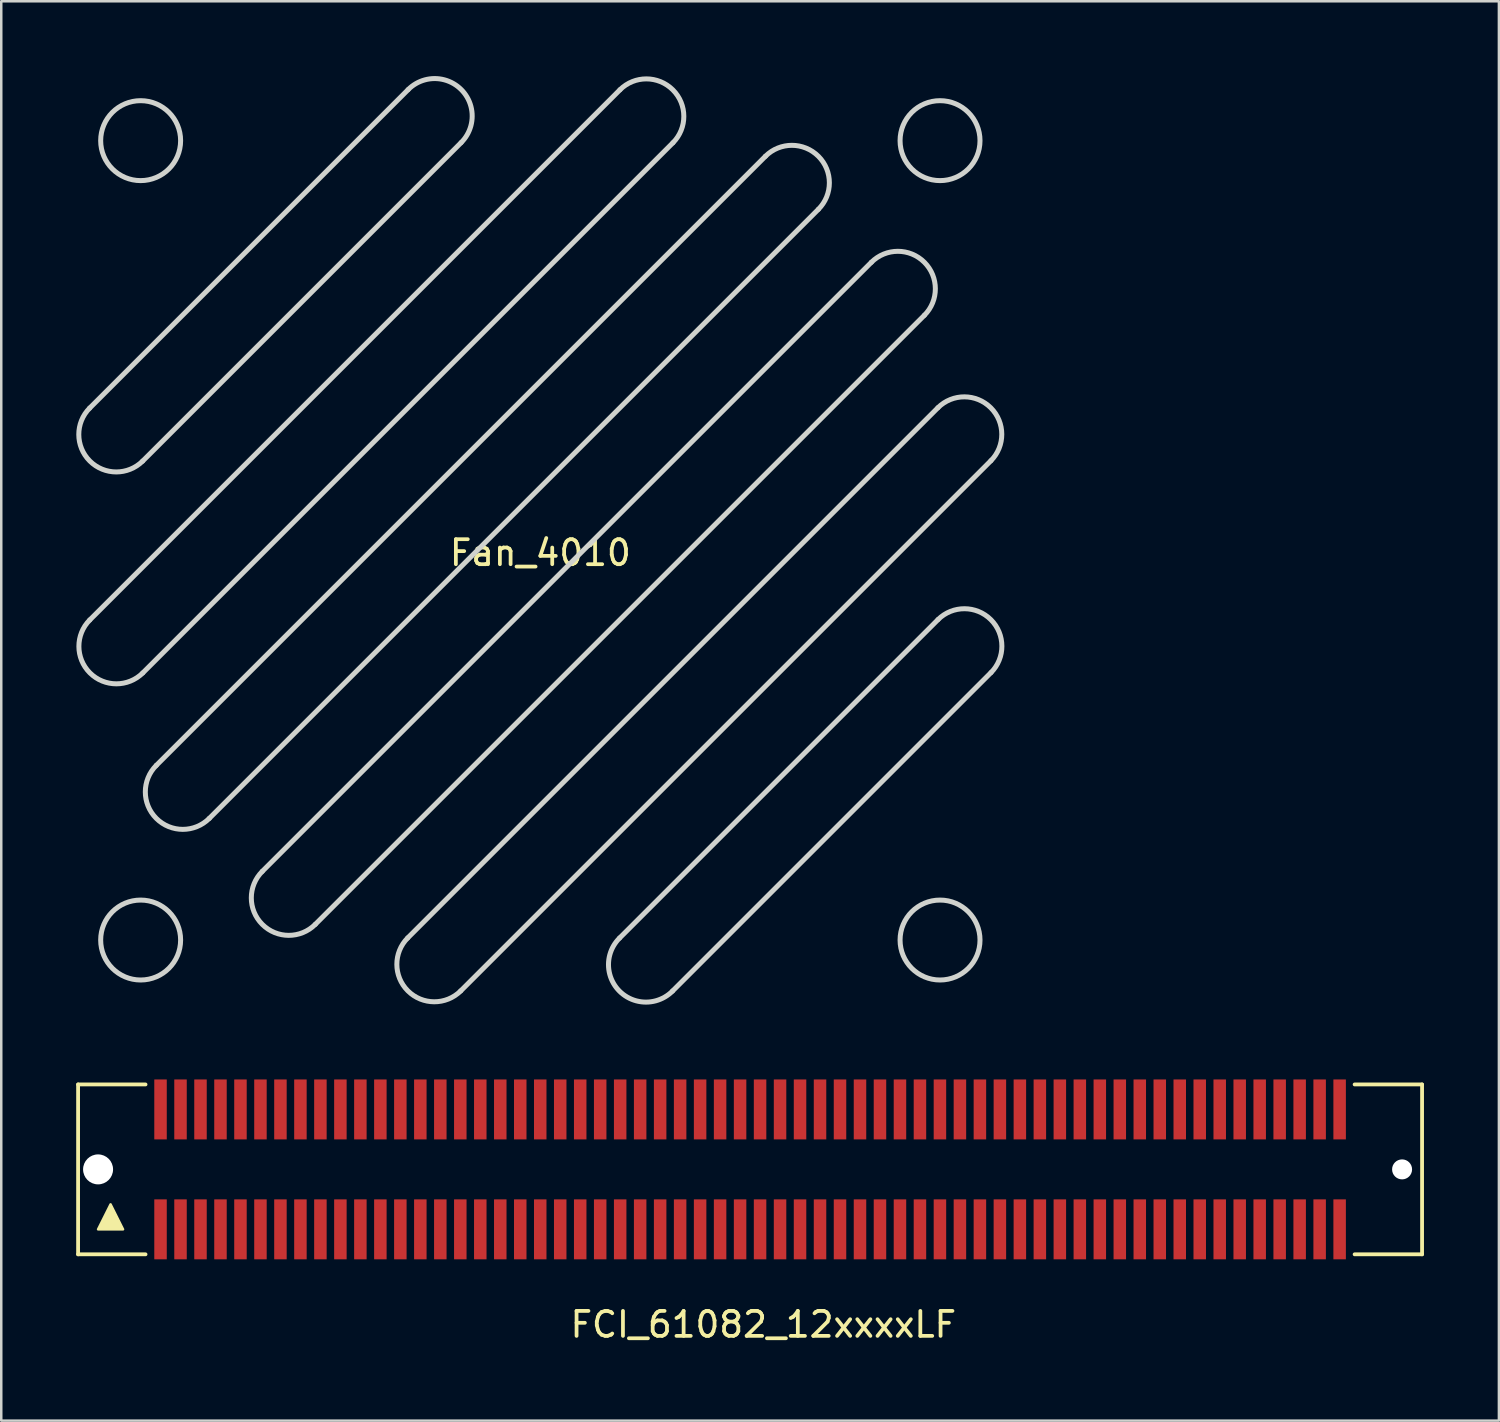
<source format=kicad_pcb>
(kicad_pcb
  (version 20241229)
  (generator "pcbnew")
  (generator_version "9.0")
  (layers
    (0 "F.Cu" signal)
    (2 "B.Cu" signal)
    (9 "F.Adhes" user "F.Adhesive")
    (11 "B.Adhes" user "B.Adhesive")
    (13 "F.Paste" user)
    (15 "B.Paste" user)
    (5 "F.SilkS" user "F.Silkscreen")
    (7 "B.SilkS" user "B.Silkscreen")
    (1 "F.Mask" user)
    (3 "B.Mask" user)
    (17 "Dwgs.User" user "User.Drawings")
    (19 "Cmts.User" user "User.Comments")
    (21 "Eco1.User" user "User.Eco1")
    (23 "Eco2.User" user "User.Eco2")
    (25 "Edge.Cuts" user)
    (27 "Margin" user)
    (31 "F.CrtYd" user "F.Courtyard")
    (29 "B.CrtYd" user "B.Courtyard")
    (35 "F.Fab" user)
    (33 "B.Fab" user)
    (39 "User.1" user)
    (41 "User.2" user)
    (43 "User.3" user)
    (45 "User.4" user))
  (footprint "Fan_4010"
    (layer "F.Cu")
    (at 18.58 18.58)
    (property "Reference" "Fan_4010" (at 0 0.5 0) (layer "F.SilkS") (effects (font (size 1 1) (thickness 0.15))))
    (attr through_hole)
    (fp_line (start -18.041 -5.293) (end -5.293 -18.041) (stroke (width 0.2) (type solid)) (layer "Edge.Cuts"))
    (fp_line (start -18.037 3.188) (end 3.188 -18.037) (stroke (width 0.2) (type solid)) (layer "Edge.Cuts"))
    (fp_line (start -15.373 9.009) (end 9.009 -15.373) (stroke (width 0.2) (type solid)) (layer "Edge.Cuts"))
    (fp_line (start -9.009 15.373) (end 15.373 -9.009) (stroke (width 0.2) (type solid)) (layer "Edge.Cuts"))
    (fp_line (start -5.309 15.916) (end 15.916 -5.309) (stroke (width 0.2) (type solid)) (layer "Edge.Cuts"))
    (fp_line (start -3.172 -15.92) (end -15.92 -3.172) (stroke (width 0.2) (type solid)) (layer "Edge.Cuts"))
    (fp_line (start 3.172 15.92) (end 15.92 3.172) (stroke (width 0.2) (type solid)) (layer "Edge.Cuts"))
    (fp_line (start 5.309 -15.916) (end -15.916 5.309) (stroke (width 0.2) (type solid)) (layer "Edge.Cuts"))
    (fp_line (start 11.131 -13.252) (end -13.252 11.131) (stroke (width 0.2) (type solid)) (layer "Edge.Cuts"))
    (fp_line (start 13.252 -11.131) (end -11.131 13.252) (stroke (width 0.2) (type solid)) (layer "Edge.Cuts"))
    (fp_line (start 18.037 -3.188) (end -3.188 18.037) (stroke (width 0.2) (type solid)) (layer "Edge.Cuts"))
    (fp_line (start 18.041 5.293) (end 5.293 18.041) (stroke (width 0.2) (type solid)) (layer "Edge.Cuts"))
    (fp_arc (start -15.919716 -3.172167) (mid -18.041036 -3.172167) (end -18.041036 -5.293487) (stroke (width 0.2) (type solid)) (layer "Edge.Cuts"))
    (fp_arc (start -15.915793 5.309191) (mid -18.037113 5.309191) (end -18.037113 3.187871) (stroke (width 0.2) (type solid)) (layer "Edge.Cuts"))
    (fp_arc (start -13.251845 11.130524) (mid -15.373165 11.130524) (end -15.373165 9.009204) (stroke (width 0.2) (type solid)) (layer "Edge.Cuts"))
    (fp_arc (start -9.009203 15.373165) (mid -11.130524 15.373166) (end -11.130525 13.251845) (stroke (width 0.2) (type solid)) (layer "Edge.Cuts"))
    (fp_arc (start -5.293487 -18.041037) (mid -3.172166 -18.041036) (end -3.172167 -15.919715) (stroke (width 0.2) (type solid)) (layer "Edge.Cuts"))
    (fp_arc (start -3.187871 18.037113) (mid -5.309191 18.037113) (end -5.309191 15.915793) (stroke (width 0.2) (type solid)) (layer "Edge.Cuts"))
    (fp_arc (start 3.187871 -18.037113) (mid 5.309191 -18.037113) (end 5.309191 -15.915793) (stroke (width 0.2) (type solid)) (layer "Edge.Cuts"))
    (fp_arc (start 5.293487 18.041037) (mid 3.172166 18.041036) (end 3.172167 15.919715) (stroke (width 0.2) (type solid)) (layer "Edge.Cuts"))
    (fp_arc (start 9.009203 -15.373165) (mid 11.130524 -15.373166) (end 11.130525 -13.251845) (stroke (width 0.2) (type solid)) (layer "Edge.Cuts"))
    (fp_arc (start 13.251845 -11.130524) (mid 15.373165 -11.130524) (end 15.373165 -9.009204) (stroke (width 0.2) (type solid)) (layer "Edge.Cuts"))
    (fp_arc (start 15.915793 -5.309191) (mid 18.037113 -5.309191) (end 18.037113 -3.187871) (stroke (width 0.2) (type solid)) (layer "Edge.Cuts"))
    (fp_arc (start 15.919716 3.172167) (mid 18.041036 3.172167) (end 18.041036 5.293487) (stroke (width 0.2) (type solid)) (layer "Edge.Cuts"))
    (fp_circle (center -16 -16) (end -14.4 -16) (stroke (width 0.2) (type solid)) (fill no) (layer "Edge.Cuts"))
    (fp_circle (center -16 16) (end -14.4 16) (stroke (width 0.2) (type solid)) (fill no) (layer "Edge.Cuts"))
    (fp_circle (center 16 -16) (end 17.6 -16) (stroke (width 0.2) (type solid)) (fill no) (layer "Edge.Cuts"))
    (fp_circle (center 16 16) (end 17.6 16) (stroke (width 0.2) (type solid)) (fill no) (layer "Edge.Cuts")))
  (footprint "FCI_61082_12xxxxLF"
    (layer "F.Cu")
    (at 3.376 46.161)
    (property "Reference" "FCI_61082_12xxxxLF" (at 24.13 3.81 0) (layer "F.SilkS") (effects (font (size 1 1) (thickness 0.15))))
    (attr through_hole)
    (fp_line (start -3.3 -5.8) (end -0.6 -5.8) (stroke (width 0.152) (type solid)) (layer "F.SilkS"))
    (fp_line (start -3.3 1) (end -3.3 -5.8) (stroke (width 0.152) (type solid)) (layer "F.SilkS"))
    (fp_line (start -0.6 1) (end -3.3 1) (stroke (width 0.152) (type solid)) (layer "F.SilkS"))
    (fp_line (start 47.8 -5.8) (end 50.5 -5.8) (stroke (width 0.152) (type solid)) (layer "F.SilkS"))
    (fp_line (start 50.5 -5.8) (end 50.5 1) (stroke (width 0.152) (type solid)) (layer "F.SilkS"))
    (fp_line (start 50.5 1) (end 47.8 1) (stroke (width 0.152) (type solid)) (layer "F.SilkS"))
    (fp_poly (pts (xy -1.5 0) (xy -2.5 0) (xy -2 -1)) (stroke (width 0.1) (type solid)) (fill yes) (layer "F.SilkS"))
    (pad "" np_thru_hole circle (at -2.5 -2.4) (size 1.2 1.2) (drill 1.2) (layers "*.Cu" "*.Mask"))
    (pad "" np_thru_hole circle (at 49.7 -2.4) (size 0.8 0.8) (drill 0.8) (layers "*.Cu" "*.Mask"))
    (pad "1" connect rect (at 0 0) (size 0.5 2.4) (layers "F.Cu" "F.Mask"))
    (pad "2" connect rect (at 0.8 0) (size 0.5 2.4) (layers "F.Cu" "F.Mask"))
    (pad "3" connect rect (at 1.6 0) (size 0.5 2.4) (layers "F.Cu" "F.Mask"))
    (pad "4" connect rect (at 2.4 0) (size 0.5 2.4) (layers "F.Cu" "F.Mask"))
    (pad "5" connect rect (at 3.2 0) (size 0.5 2.4) (layers "F.Cu" "F.Mask"))
    (pad "6" connect rect (at 4 0) (size 0.5 2.4) (layers "F.Cu" "F.Mask"))
    (pad "7" connect rect (at 4.8 0) (size 0.5 2.4) (layers "F.Cu" "F.Mask"))
    (pad "8" connect rect (at 5.6 0) (size 0.5 2.4) (layers "F.Cu" "F.Mask"))
    (pad "9" connect rect (at 6.4 0) (size 0.5 2.4) (layers "F.Cu" "F.Mask"))
    (pad "10" connect rect (at 7.2 0) (size 0.5 2.4) (layers "F.Cu" "F.Mask"))
    (pad "11" connect rect (at 8 0) (size 0.5 2.4) (layers "F.Cu" "F.Mask"))
    (pad "12" connect rect (at 8.8 0) (size 0.5 2.4) (layers "F.Cu" "F.Mask"))
    (pad "13" connect rect (at 9.6 0) (size 0.5 2.4) (layers "F.Cu" "F.Mask"))
    (pad "14" connect rect (at 10.4 0) (size 0.5 2.4) (layers "F.Cu" "F.Mask"))
    (pad "15" connect rect (at 11.2 0) (size 0.5 2.4) (layers "F.Cu" "F.Mask"))
    (pad "16" connect rect (at 12 0) (size 0.5 2.4) (layers "F.Cu" "F.Mask"))
    (pad "17" connect rect (at 12.8 0) (size 0.5 2.4) (layers "F.Cu" "F.Mask"))
    (pad "18" connect rect (at 13.6 0) (size 0.5 2.4) (layers "F.Cu" "F.Mask"))
    (pad "19" connect rect (at 14.4 0) (size 0.5 2.4) (layers "F.Cu" "F.Mask"))
    (pad "20" connect rect (at 15.2 0) (size 0.5 2.4) (layers "F.Cu" "F.Mask"))
    (pad "21" connect rect (at 16 0) (size 0.5 2.4) (layers "F.Cu" "F.Mask"))
    (pad "22" connect rect (at 16.8 0) (size 0.5 2.4) (layers "F.Cu" "F.Mask"))
    (pad "23" connect rect (at 17.6 0) (size 0.5 2.4) (layers "F.Cu" "F.Mask"))
    (pad "24" connect rect (at 18.4 0) (size 0.5 2.4) (layers "F.Cu" "F.Mask"))
    (pad "25" connect rect (at 19.2 0) (size 0.5 2.4) (layers "F.Cu" "F.Mask"))
    (pad "26" connect rect (at 20 0) (size 0.5 2.4) (layers "F.Cu" "F.Mask"))
    (pad "27" connect rect (at 20.8 0) (size 0.5 2.4) (layers "F.Cu" "F.Mask"))
    (pad "28" connect rect (at 21.6 0) (size 0.5 2.4) (layers "F.Cu" "F.Mask"))
    (pad "29" connect rect (at 22.4 0) (size 0.5 2.4) (layers "F.Cu" "F.Mask"))
    (pad "30" connect rect (at 23.2 0) (size 0.5 2.4) (layers "F.Cu" "F.Mask"))
    (pad "31" connect rect (at 24 0) (size 0.5 2.4) (layers "F.Cu" "F.Mask"))
    (pad "32" connect rect (at 24.8 0) (size 0.5 2.4) (layers "F.Cu" "F.Mask"))
    (pad "33" connect rect (at 25.6 0) (size 0.5 2.4) (layers "F.Cu" "F.Mask"))
    (pad "34" connect rect (at 26.4 0) (size 0.5 2.4) (layers "F.Cu" "F.Mask"))
    (pad "35" connect rect (at 27.2 0) (size 0.5 2.4) (layers "F.Cu" "F.Mask"))
    (pad "36" connect rect (at 28 0) (size 0.5 2.4) (layers "F.Cu" "F.Mask"))
    (pad "37" connect rect (at 28.8 0) (size 0.5 2.4) (layers "F.Cu" "F.Mask"))
    (pad "38" connect rect (at 29.6 0) (size 0.5 2.4) (layers "F.Cu" "F.Mask"))
    (pad "39" connect rect (at 30.4 0) (size 0.5 2.4) (layers "F.Cu" "F.Mask"))
    (pad "40" connect rect (at 31.2 0) (size 0.5 2.4) (layers "F.Cu" "F.Mask"))
    (pad "41" connect rect (at 32 0) (size 0.5 2.4) (layers "F.Cu" "F.Mask"))
    (pad "42" connect rect (at 32.8 0) (size 0.5 2.4) (layers "F.Cu" "F.Mask"))
    (pad "43" connect rect (at 33.6 0) (size 0.5 2.4) (layers "F.Cu" "F.Mask"))
    (pad "44" connect rect (at 34.4 0) (size 0.5 2.4) (layers "F.Cu" "F.Mask"))
    (pad "45" connect rect (at 35.2 0) (size 0.5 2.4) (layers "F.Cu" "F.Mask"))
    (pad "46" connect rect (at 36 0) (size 0.5 2.4) (layers "F.Cu" "F.Mask"))
    (pad "47" connect rect (at 36.8 0) (size 0.5 2.4) (layers "F.Cu" "F.Mask"))
    (pad "48" connect rect (at 37.6 0) (size 0.5 2.4) (layers "F.Cu" "F.Mask"))
    (pad "49" connect rect (at 38.4 0) (size 0.5 2.4) (layers "F.Cu" "F.Mask"))
    (pad "50" connect rect (at 39.2 0) (size 0.5 2.4) (layers "F.Cu" "F.Mask"))
    (pad "51" connect rect (at 40 0) (size 0.5 2.4) (layers "F.Cu" "F.Mask"))
    (pad "52" connect rect (at 40.8 0) (size 0.5 2.4) (layers "F.Cu" "F.Mask"))
    (pad "53" connect rect (at 41.6 0) (size 0.5 2.4) (layers "F.Cu" "F.Mask"))
    (pad "54" connect rect (at 42.4 0) (size 0.5 2.4) (layers "F.Cu" "F.Mask"))
    (pad "55" connect rect (at 43.2 0) (size 0.5 2.4) (layers "F.Cu" "F.Mask"))
    (pad "56" connect rect (at 44 0) (size 0.5 2.4) (layers "F.Cu" "F.Mask"))
    (pad "57" connect rect (at 44.8 0) (size 0.5 2.4) (layers "F.Cu" "F.Mask"))
    (pad "58" connect rect (at 45.6 0) (size 0.5 2.4) (layers "F.Cu" "F.Mask"))
    (pad "59" connect rect (at 46.4 0) (size 0.5 2.4) (layers "F.Cu" "F.Mask"))
    (pad "60" connect rect (at 47.2 0) (size 0.5 2.4) (layers "F.Cu" "F.Mask"))
    (pad "61" connect rect (at 0 -4.8) (size 0.5 2.4) (layers "F.Cu" "F.Mask"))
    (pad "62" connect rect (at 0.8 -4.8) (size 0.5 2.4) (layers "F.Cu" "F.Mask"))
    (pad "63" connect rect (at 1.6 -4.8) (size 0.5 2.4) (layers "F.Cu" "F.Mask"))
    (pad "64" connect rect (at 2.4 -4.8) (size 0.5 2.4) (layers "F.Cu" "F.Mask"))
    (pad "65" connect rect (at 3.2 -4.8) (size 0.5 2.4) (layers "F.Cu" "F.Mask"))
    (pad "66" connect rect (at 4 -4.8) (size 0.5 2.4) (layers "F.Cu" "F.Mask"))
    (pad "67" connect rect (at 4.8 -4.8) (size 0.5 2.4) (layers "F.Cu" "F.Mask"))
    (pad "68" connect rect (at 5.6 -4.8) (size 0.5 2.4) (layers "F.Cu" "F.Mask"))
    (pad "69" connect rect (at 6.4 -4.8) (size 0.5 2.4) (layers "F.Cu" "F.Mask"))
    (pad "70" connect rect (at 7.2 -4.8) (size 0.5 2.4) (layers "F.Cu" "F.Mask"))
    (pad "71" connect rect (at 8 -4.8) (size 0.5 2.4) (layers "F.Cu" "F.Mask"))
    (pad "72" connect rect (at 8.8 -4.8) (size 0.5 2.4) (layers "F.Cu" "F.Mask"))
    (pad "73" connect rect (at 9.6 -4.8) (size 0.5 2.4) (layers "F.Cu" "F.Mask"))
    (pad "74" connect rect (at 10.4 -4.8) (size 0.5 2.4) (layers "F.Cu" "F.Mask"))
    (pad "75" connect rect (at 11.2 -4.8) (size 0.5 2.4) (layers "F.Cu" "F.Mask"))
    (pad "76" connect rect (at 12 -4.8) (size 0.5 2.4) (layers "F.Cu" "F.Mask"))
    (pad "77" connect rect (at 12.8 -4.8) (size 0.5 2.4) (layers "F.Cu" "F.Mask"))
    (pad "78" connect rect (at 13.6 -4.8) (size 0.5 2.4) (layers "F.Cu" "F.Mask"))
    (pad "79" connect rect (at 14.4 -4.8) (size 0.5 2.4) (layers "F.Cu" "F.Mask"))
    (pad "80" connect rect (at 15.2 -4.8) (size 0.5 2.4) (layers "F.Cu" "F.Mask"))
    (pad "81" connect rect (at 16 -4.8) (size 0.5 2.4) (layers "F.Cu" "F.Mask"))
    (pad "82" connect rect (at 16.8 -4.8) (size 0.5 2.4) (layers "F.Cu" "F.Mask"))
    (pad "83" connect rect (at 17.6 -4.8) (size 0.5 2.4) (layers "F.Cu" "F.Mask"))
    (pad "84" connect rect (at 18.4 -4.8) (size 0.5 2.4) (layers "F.Cu" "F.Mask"))
    (pad "85" connect rect (at 19.2 -4.8) (size 0.5 2.4) (layers "F.Cu" "F.Mask"))
    (pad "86" connect rect (at 20 -4.8) (size 0.5 2.4) (layers "F.Cu" "F.Mask"))
    (pad "87" connect rect (at 20.8 -4.8) (size 0.5 2.4) (layers "F.Cu" "F.Mask"))
    (pad "88" connect rect (at 21.6 -4.8) (size 0.5 2.4) (layers "F.Cu" "F.Mask"))
    (pad "89" connect rect (at 22.4 -4.8) (size 0.5 2.4) (layers "F.Cu" "F.Mask"))
    (pad "90" connect rect (at 23.2 -4.8) (size 0.5 2.4) (layers "F.Cu" "F.Mask"))
    (pad "91" connect rect (at 24 -4.8) (size 0.5 2.4) (layers "F.Cu" "F.Mask"))
    (pad "92" connect rect (at 24.8 -4.8) (size 0.5 2.4) (layers "F.Cu" "F.Mask"))
    (pad "93" connect rect (at 25.6 -4.8) (size 0.5 2.4) (layers "F.Cu" "F.Mask"))
    (pad "94" connect rect (at 26.4 -4.8) (size 0.5 2.4) (layers "F.Cu" "F.Mask"))
    (pad "95" connect rect (at 27.2 -4.8) (size 0.5 2.4) (layers "F.Cu" "F.Mask"))
    (pad "96" connect rect (at 28 -4.8) (size 0.5 2.4) (layers "F.Cu" "F.Mask"))
    (pad "97" connect rect (at 28.8 -4.8) (size 0.5 2.4) (layers "F.Cu" "F.Mask"))
    (pad "98" connect rect (at 29.6 -4.8) (size 0.5 2.4) (layers "F.Cu" "F.Mask"))
    (pad "99" connect rect (at 30.4 -4.8) (size 0.5 2.4) (layers "F.Cu" "F.Mask"))
    (pad "100" connect rect (at 31.2 -4.8) (size 0.5 2.4) (layers "F.Cu" "F.Mask"))
    (pad "101" connect rect (at 32 -4.8) (size 0.5 2.4) (layers "F.Cu" "F.Mask"))
    (pad "102" connect rect (at 32.8 -4.8) (size 0.5 2.4) (layers "F.Cu" "F.Mask"))
    (pad "103" connect rect (at 33.6 -4.8) (size 0.5 2.4) (layers "F.Cu" "F.Mask"))
    (pad "104" connect rect (at 34.4 -4.8) (size 0.5 2.4) (layers "F.Cu" "F.Mask"))
    (pad "105" connect rect (at 35.2 -4.8) (size 0.5 2.4) (layers "F.Cu" "F.Mask"))
    (pad "106" connect rect (at 36 -4.8) (size 0.5 2.4) (layers "F.Cu" "F.Mask"))
    (pad "107" connect rect (at 36.8 -4.8) (size 0.5 2.4) (layers "F.Cu" "F.Mask"))
    (pad "108" connect rect (at 37.6 -4.8) (size 0.5 2.4) (layers "F.Cu" "F.Mask"))
    (pad "109" connect rect (at 38.4 -4.8) (size 0.5 2.4) (layers "F.Cu" "F.Mask"))
    (pad "110" connect rect (at 39.2 -4.8) (size 0.5 2.4) (layers "F.Cu" "F.Mask"))
    (pad "111" connect rect (at 40 -4.8) (size 0.5 2.4) (layers "F.Cu" "F.Mask"))
    (pad "112" connect rect (at 40.8 -4.8) (size 0.5 2.4) (layers "F.Cu" "F.Mask"))
    (pad "113" connect rect (at 41.6 -4.8) (size 0.5 2.4) (layers "F.Cu" "F.Mask"))
    (pad "114" connect rect (at 42.4 -4.8) (size 0.5 2.4) (layers "F.Cu" "F.Mask"))
    (pad "115" connect rect (at 43.2 -4.8) (size 0.5 2.4) (layers "F.Cu" "F.Mask"))
    (pad "116" connect rect (at 44 -4.8) (size 0.5 2.4) (layers "F.Cu" "F.Mask"))
    (pad "117" connect rect (at 44.8 -4.8) (size 0.5 2.4) (layers "F.Cu" "F.Mask"))
    (pad "118" connect rect (at 45.6 -4.8) (size 0.5 2.4) (layers "F.Cu" "F.Mask"))
    (pad "119" connect rect (at 46.4 -4.8) (size 0.5 2.4) (layers "F.Cu" "F.Mask"))
    (pad "120" connect rect (at 47.2 -4.8) (size 0.5 2.4) (layers "F.Cu" "F.Mask")))
  (gr_rect
    (start -3 -3)
    (end 56.952 53.819)
    (stroke (width 0.1) (type default))
    (fill no)
    (layer "Edge.Cuts")))
</source>
